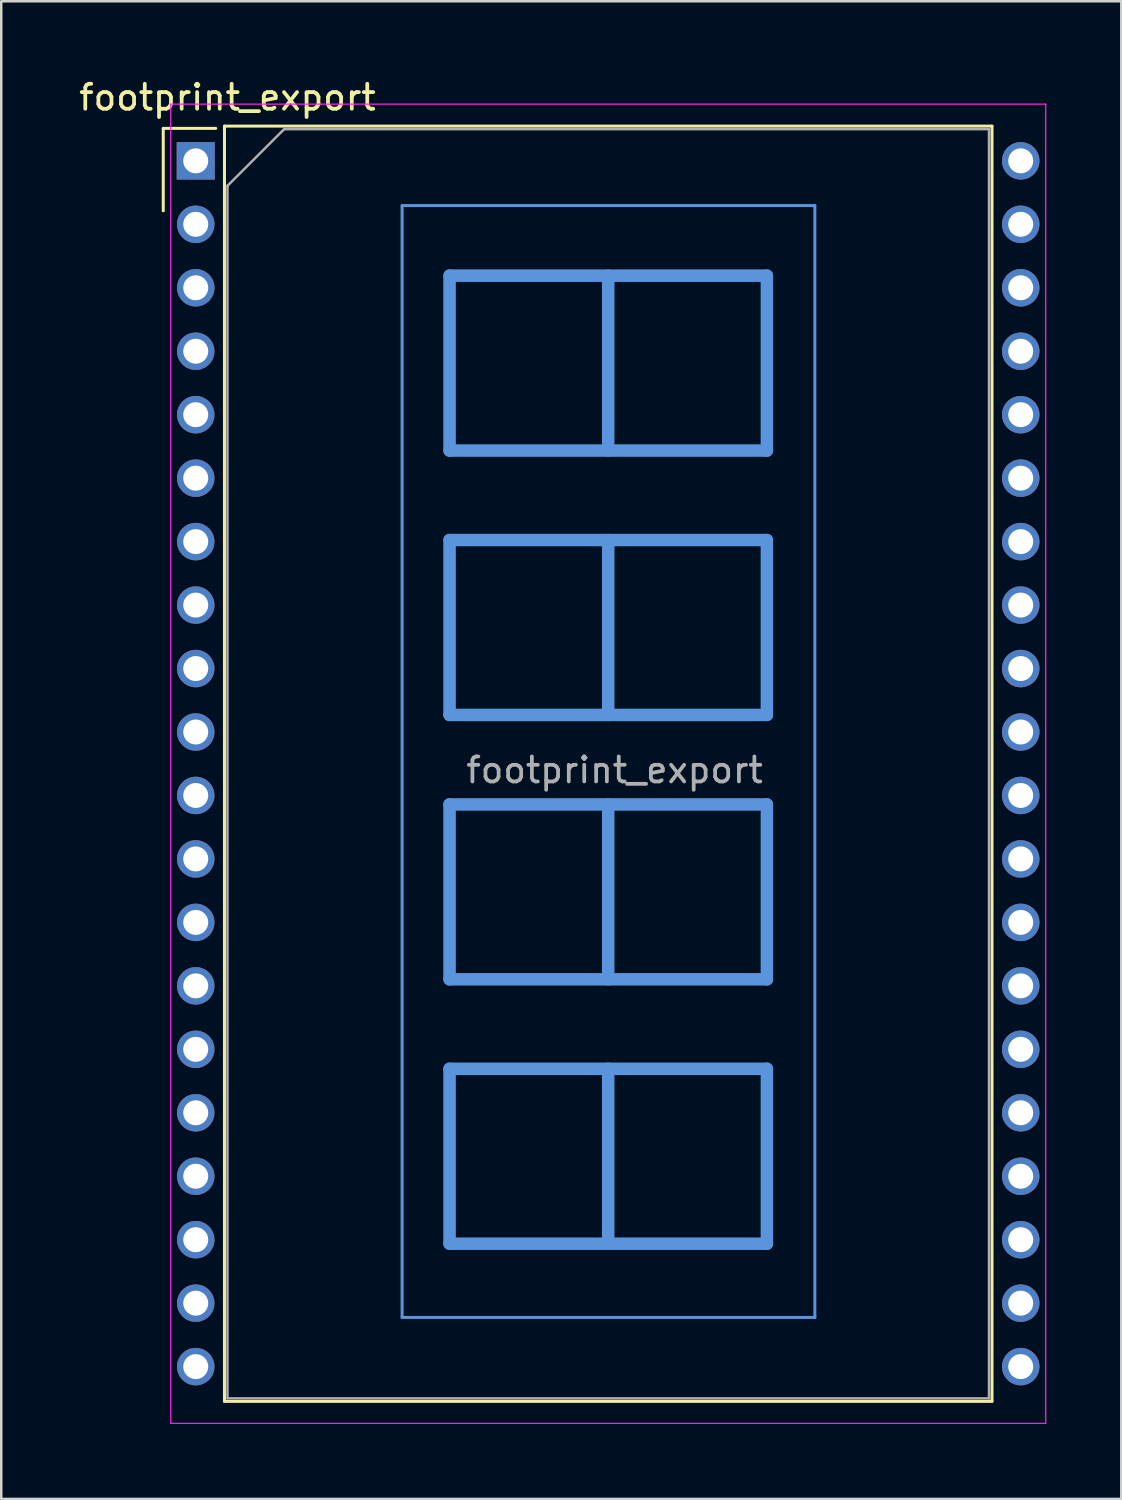
<source format=kicad_pcb>
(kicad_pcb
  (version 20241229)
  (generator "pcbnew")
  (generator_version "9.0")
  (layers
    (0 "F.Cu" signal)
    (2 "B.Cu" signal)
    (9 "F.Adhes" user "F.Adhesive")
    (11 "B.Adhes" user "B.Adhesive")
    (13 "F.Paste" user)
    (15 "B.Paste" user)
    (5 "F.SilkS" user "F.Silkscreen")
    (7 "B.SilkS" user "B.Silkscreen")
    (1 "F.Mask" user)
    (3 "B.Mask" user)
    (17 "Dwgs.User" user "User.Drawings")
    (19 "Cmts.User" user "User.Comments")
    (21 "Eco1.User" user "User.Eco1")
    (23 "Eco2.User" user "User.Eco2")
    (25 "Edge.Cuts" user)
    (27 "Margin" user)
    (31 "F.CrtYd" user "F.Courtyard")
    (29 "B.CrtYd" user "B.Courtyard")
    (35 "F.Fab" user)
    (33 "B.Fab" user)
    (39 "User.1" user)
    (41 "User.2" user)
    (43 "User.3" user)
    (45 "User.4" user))
  (footprint "footprint_export"
    (layer "F.Cu")
    (at 4.784 3.388)
    (property "Reference" "footprint_export" (at 1.27 -2.54 0) (layer "F.SilkS") (effects (font (size 1 1) (thickness 0.15))))
    (attr through_hole)
    (fp_line (start -1.3 -1.3) (end -1.3 2) (stroke (width 0.12) (type solid)) (layer "F.SilkS"))
    (fp_line (start -1.3 -1.3) (end 0.8 -1.3) (stroke (width 0.12) (type solid)) (layer "F.SilkS"))
    (fp_line (start 1.15 -1.39) (end 1.15 49.65) (stroke (width 0.12) (type solid)) (layer "F.SilkS"))
    (fp_line (start 1.15 49.65) (end 31.87 49.65) (stroke (width 0.12) (type solid)) (layer "F.SilkS"))
    (fp_line (start 31.87 -1.39) (end 1.15 -1.39) (stroke (width 0.12) (type solid)) (layer "F.SilkS"))
    (fp_line (start 31.87 49.65) (end 31.87 -1.39) (stroke (width 0.12) (type solid)) (layer "F.SilkS"))
    (fp_line (start 8.26 1.79) (end 8.26 46.29) (stroke (width 0.12) (type solid)) (layer "Cmts.User"))
    (fp_line (start 8.26 1.79) (end 24.78 1.79) (stroke (width 0.12) (type solid)) (layer "Cmts.User"))
    (fp_line (start 8.26 46.29) (end 24.78 46.29) (stroke (width 0.12) (type solid)) (layer "Cmts.User"))
    (fp_line (start 10.16 4.595) (end 22.86 4.595) (stroke (width 0.5) (type solid)) (layer "Cmts.User"))
    (fp_line (start 10.16 11.595) (end 10.16 4.595) (stroke (width 0.5) (type solid)) (layer "Cmts.User"))
    (fp_line (start 10.16 15.177) (end 22.86 15.177) (stroke (width 0.5) (type solid)) (layer "Cmts.User"))
    (fp_line (start 10.16 22.177) (end 10.16 15.177) (stroke (width 0.5) (type solid)) (layer "Cmts.User"))
    (fp_line (start 10.16 25.758) (end 22.86 25.758) (stroke (width 0.5) (type solid)) (layer "Cmts.User"))
    (fp_line (start 10.16 32.758) (end 10.16 25.758) (stroke (width 0.5) (type solid)) (layer "Cmts.User"))
    (fp_line (start 10.16 36.34) (end 22.86 36.34) (stroke (width 0.5) (type solid)) (layer "Cmts.User"))
    (fp_line (start 10.16 43.34) (end 10.16 36.34) (stroke (width 0.5) (type solid)) (layer "Cmts.User"))
    (fp_line (start 16.51 4.595) (end 16.51 11.595) (stroke (width 0.5) (type solid)) (layer "Cmts.User"))
    (fp_line (start 16.51 15.177) (end 16.51 22.177) (stroke (width 0.5) (type solid)) (layer "Cmts.User"))
    (fp_line (start 16.51 25.758) (end 16.51 32.758) (stroke (width 0.5) (type solid)) (layer "Cmts.User"))
    (fp_line (start 16.51 36.34) (end 16.51 43.34) (stroke (width 0.5) (type solid)) (layer "Cmts.User"))
    (fp_line (start 22.86 4.595) (end 22.86 11.595) (stroke (width 0.5) (type solid)) (layer "Cmts.User"))
    (fp_line (start 22.86 11.595) (end 10.16 11.595) (stroke (width 0.5) (type solid)) (layer "Cmts.User"))
    (fp_line (start 22.86 15.177) (end 22.86 22.177) (stroke (width 0.5) (type solid)) (layer "Cmts.User"))
    (fp_line (start 22.86 22.177) (end 10.16 22.177) (stroke (width 0.5) (type solid)) (layer "Cmts.User"))
    (fp_line (start 22.86 25.758) (end 22.86 32.758) (stroke (width 0.5) (type solid)) (layer "Cmts.User"))
    (fp_line (start 22.86 32.758) (end 10.16 32.758) (stroke (width 0.5) (type solid)) (layer "Cmts.User"))
    (fp_line (start 22.86 36.34) (end 22.86 43.34) (stroke (width 0.5) (type solid)) (layer "Cmts.User"))
    (fp_line (start 22.86 43.34) (end 10.16 43.34) (stroke (width 0.5) (type solid)) (layer "Cmts.User"))
    (fp_line (start 24.78 46.29) (end 24.78 1.79) (stroke (width 0.12) (type solid)) (layer "Cmts.User"))
    (fp_line (start -1 -2.27) (end 34.02 -2.27) (stroke (width 0.05) (type solid)) (layer "F.CrtYd"))
    (fp_line (start -1 50.53) (end -1 -2.27) (stroke (width 0.05) (type solid)) (layer "F.CrtYd"))
    (fp_line (start 34.02 -2.27) (end 34.02 50.53) (stroke (width 0.05) (type solid)) (layer "F.CrtYd"))
    (fp_line (start 34.02 50.53) (end -1 50.53) (stroke (width 0.05) (type solid)) (layer "F.CrtYd"))
    (fp_line (start 1.27 1) (end 3.54 -1.27) (stroke (width 0.1) (type solid)) (layer "F.Fab"))
    (fp_line (start 1.27 49.53) (end 1.27 1) (stroke (width 0.1) (type solid)) (layer "F.Fab"))
    (fp_line (start 3.54 -1.27) (end 31.75 -1.27) (stroke (width 0.1) (type solid)) (layer "F.Fab"))
    (fp_line (start 31.75 -1.27) (end 31.75 49.53) (stroke (width 0.1) (type solid)) (layer "F.Fab"))
    (fp_line (start 31.75 49.53) (end 1.27 49.53) (stroke (width 0.1) (type solid)) (layer "F.Fab"))
    (fp_text user "${REFERENCE}" (at 16.764 24.384 0) (layer "F.Fab") (effects (font (size 1 1) (thickness 0.15))))
    (pad "1" thru_hole rect (at 0 0 270) (size 1.5 1.524) (drill 1) (layers "*.Cu" "*.Mask"))
    (pad "2" thru_hole circle (at 0 2.54 270) (size 1.5 1.5) (drill 1) (layers "*.Cu" "*.Mask"))
    (pad "3" thru_hole circle (at 0 5.08 270) (size 1.5 1.5) (drill 1) (layers "*.Cu" "*.Mask"))
    (pad "4" thru_hole circle (at 0 7.62 270) (size 1.5 1.5) (drill 1) (layers "*.Cu" "*.Mask"))
    (pad "5" thru_hole circle (at 0 10.16 270) (size 1.5 1.5) (drill 1) (layers "*.Cu" "*.Mask"))
    (pad "6" thru_hole circle (at 0 12.7 270) (size 1.5 1.5) (drill 1) (layers "*.Cu" "*.Mask"))
    (pad "7" thru_hole circle (at 0 15.24 270) (size 1.5 1.5) (drill 1) (layers "*.Cu" "*.Mask"))
    (pad "8" thru_hole circle (at 0 17.78 270) (size 1.5 1.5) (drill 1) (layers "*.Cu" "*.Mask"))
    (pad "9" thru_hole circle (at 0 20.32 270) (size 1.5 1.5) (drill 1) (layers "*.Cu" "*.Mask"))
    (pad "10" thru_hole circle (at 0 22.86 270) (size 1.5 1.5) (drill 1) (layers "*.Cu" "*.Mask"))
    (pad "11" thru_hole circle (at 0 25.4 270) (size 1.5 1.5) (drill 1) (layers "*.Cu" "*.Mask"))
    (pad "12" thru_hole circle (at 0 27.94 270) (size 1.5 1.5) (drill 1) (layers "*.Cu" "*.Mask"))
    (pad "13" thru_hole circle (at 0 30.48 270) (size 1.5 1.5) (drill 1) (layers "*.Cu" "*.Mask"))
    (pad "14" thru_hole circle (at 0 33.02 270) (size 1.5 1.5) (drill 1) (layers "*.Cu" "*.Mask"))
    (pad "15" thru_hole circle (at 0 35.56 270) (size 1.5 1.5) (drill 1) (layers "*.Cu" "*.Mask"))
    (pad "16" thru_hole circle (at 0 38.1 270) (size 1.5 1.5) (drill 1) (layers "*.Cu" "*.Mask"))
    (pad "17" thru_hole circle (at 0 40.64 270) (size 1.5 1.5) (drill 1) (layers "*.Cu" "*.Mask"))
    (pad "18" thru_hole circle (at 0 43.18 270) (size 1.5 1.5) (drill 1) (layers "*.Cu" "*.Mask"))
    (pad "19" thru_hole circle (at 0 45.72 270) (size 1.5 1.5) (drill 1) (layers "*.Cu" "*.Mask"))
    (pad "20" thru_hole circle (at 0 48.26 270) (size 1.5 1.5) (drill 1) (layers "*.Cu" "*.Mask"))
    (pad "21" thru_hole circle (at 33.02 48.26 90) (size 1.5 1.5) (drill 1) (layers "*.Cu" "*.Mask"))
    (pad "22" thru_hole circle (at 33.02 45.72 90) (size 1.5 1.5) (drill 1) (layers "*.Cu" "*.Mask"))
    (pad "23" thru_hole circle (at 33.02 43.18 90) (size 1.5 1.5) (drill 1) (layers "*.Cu" "*.Mask"))
    (pad "24" thru_hole circle (at 33.02 40.64 90) (size 1.5 1.5) (drill 1) (layers "*.Cu" "*.Mask"))
    (pad "25" thru_hole circle (at 33.02 38.1 90) (size 1.5 1.5) (drill 1) (layers "*.Cu" "*.Mask"))
    (pad "26" thru_hole circle (at 33.02 35.56 270) (size 1.5 1.5) (drill 1) (layers "*.Cu" "*.Mask"))
    (pad "27" thru_hole circle (at 33.02 33.02 270) (size 1.5 1.5) (drill 1) (layers "*.Cu" "*.Mask"))
    (pad "28" thru_hole circle (at 33.02 30.48 270) (size 1.5 1.5) (drill 1) (layers "*.Cu" "*.Mask"))
    (pad "29" thru_hole circle (at 33.02 27.94 270) (size 1.5 1.5) (drill 1) (layers "*.Cu" "*.Mask"))
    (pad "30" thru_hole circle (at 33.02 25.4 270) (size 1.5 1.5) (drill 1) (layers "*.Cu" "*.Mask"))
    (pad "31" thru_hole circle (at 33.02 22.86 270) (size 1.5 1.5) (drill 1) (layers "*.Cu" "*.Mask"))
    (pad "32" thru_hole circle (at 33.02 20.32 270) (size 1.5 1.5) (drill 1) (layers "*.Cu" "*.Mask"))
    (pad "33" thru_hole circle (at 33.02 17.78 270) (size 1.5 1.5) (drill 1) (layers "*.Cu" "*.Mask"))
    (pad "34" thru_hole circle (at 33.02 15.24 270) (size 1.5 1.5) (drill 1) (layers "*.Cu" "*.Mask"))
    (pad "35" thru_hole circle (at 33.02 12.7 270) (size 1.5 1.5) (drill 1) (layers "*.Cu" "*.Mask"))
    (pad "36" thru_hole circle (at 33.02 10.16 270) (size 1.5 1.5) (drill 1) (layers "*.Cu" "*.Mask"))
    (pad "37" thru_hole circle (at 33.02 7.62 270) (size 1.5 1.5) (drill 1) (layers "*.Cu" "*.Mask"))
    (pad "38" thru_hole circle (at 33.02 5.08 270) (size 1.5 1.5) (drill 1) (layers "*.Cu" "*.Mask"))
    (pad "39" thru_hole circle (at 33.02 2.54 270) (size 1.5 1.5) (drill 1) (layers "*.Cu" "*.Mask"))
    (pad "40" thru_hole circle (at 33.02 0 270) (size 1.5 1.5) (drill 1) (layers "*.Cu" "*.Mask")))
  (gr_rect
    (start -3 -3)
    (end 41.829 56.943)
    (stroke (width 0.1) (type default))
    (fill no)
    (layer "Edge.Cuts")))
</source>
